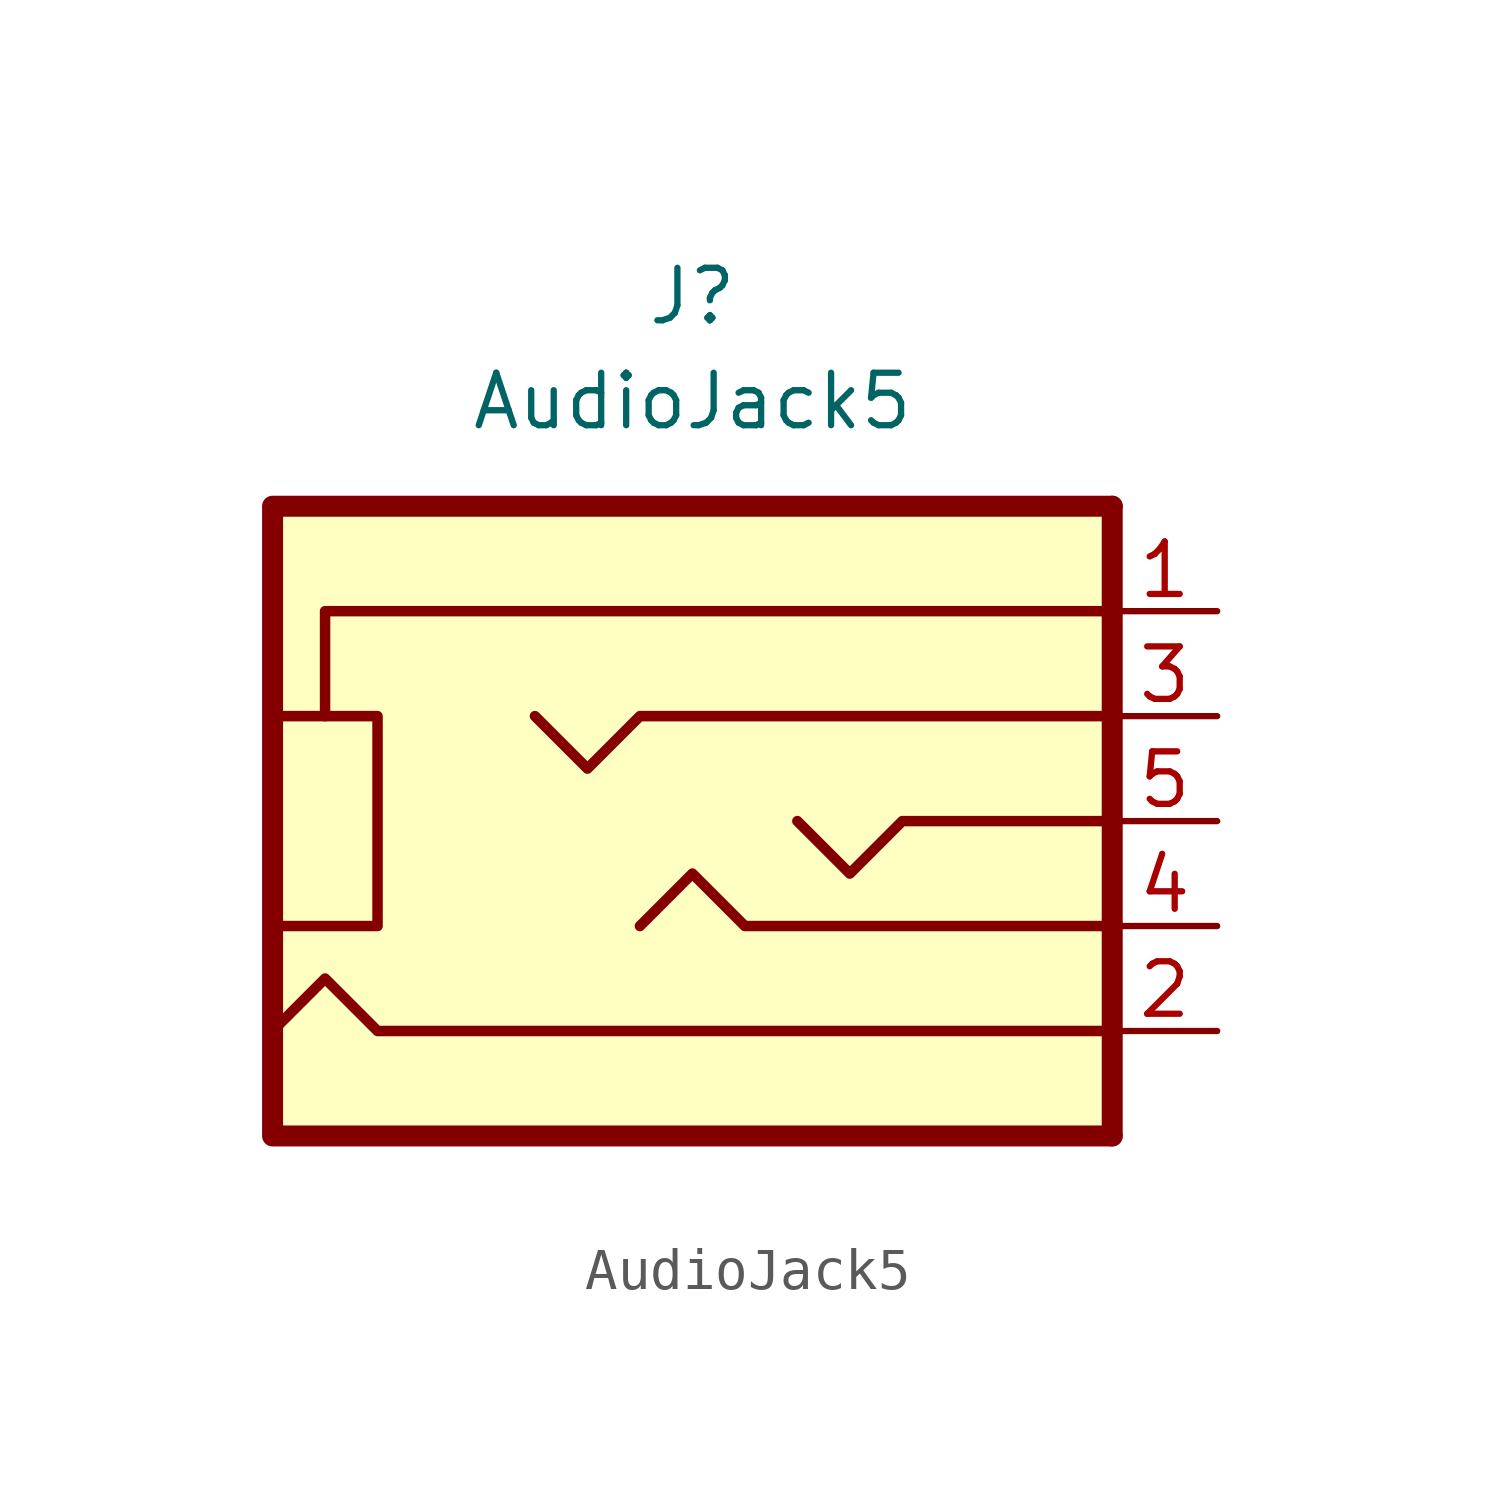
<source format=kicad_sym>
(kicad_symbol_lib
  (version 20211014)
  (generator kicad_symbol_editor)
  (symbol "AudioJack5"
    (property "Reference" "J"
      (at 0 12.7 0)
      (effects (font (size 1.27 1.27))))
    (property "Value" "AudioJack5"
      (at 0 10.16 0)
      (effects (font (size 1.27 1.27))))
    (symbol "AudioJack5_0_1"
      (rectangle (start -7.62 2.54) (end -10.16 -2.54) (stroke (width 0.254) (type default) (color 0 0 0 0)) (fill (type none)))
      (polyline (pts (xy 10.16 7.62) (xy 10.16 -7.62)) (stroke (width 0.508) (type default) (color 0 0 0 0)) (fill (type none)))
      (polyline (pts (xy 10.16 5.08) (xy -8.89 5.08) (xy -8.89 2.54)) (stroke (width 0.254) (type default) (color 0 0 0 0)) (fill (type none)))
      (polyline (pts (xy 10.16 -5.08) (xy -7.62 -5.08) (xy -8.89 -3.81) (xy -10.16 -5.08)) (stroke (width 0.254) (type default) (color 0 0 0 0)) (fill (type none)))
      (polyline (pts (xy 10.16 -2.54) (xy 1.27 -2.54) (xy 0 -1.27) (xy -1.27 -2.54)) (stroke (width 0.254) (type default) (color 0 0 0 0)) (fill (type none)))
      (polyline (pts (xy 10.16 0) (xy 5.08 0) (xy 3.81 -1.27) (xy 2.54 0)) (stroke (width 0.254) (type default) (color 0 0 0 0)) (fill (type none)))
      (polyline (pts (xy 10.16 2.54) (xy -1.27 2.54) (xy -2.54 1.27) (xy -3.81 2.54)) (stroke (width 0.254) (type default) (color 0 0 0 0)) (fill (type none)))
      (polyline (pts (xy 10.16 7.62) (xy -10.16 7.62) (xy -10.16 -7.62) (xy 10.16 -7.62)) (stroke (width 0.508) (type default) (color 0 0 0 0)) (fill (type background))))
    (symbol "AudioJack5_1_1"
      (pin passive line (at 12.7 5.08 180) (length 2.54) (name "~" (effects (font (size 1.27 1.27)))) (number "1" (effects (font (size 1.27 1.27)))))
      (pin passive line (at 12.7 -5.08 180) (length 2.54) (name "~" (effects (font (size 1.27 1.27)))) (number "2" (effects (font (size 1.27 1.27)))))
      (pin passive line (at 12.7 2.54 180) (length 2.54) (name "~" (effects (font (size 1.27 1.27)))) (number "3" (effects (font (size 1.27 1.27)))))
      (pin passive line (at 12.7 -2.54 180) (length 2.54) (name "~" (effects (font (size 1.27 1.27)))) (number "4" (effects (font (size 1.27 1.27)))))
      (pin passive line (at 12.7 0 180) (length 2.54) (name "~" (effects (font (size 1.27 1.27)))) (number "5" (effects (font (size 1.27 1.27))))))))
</source>
